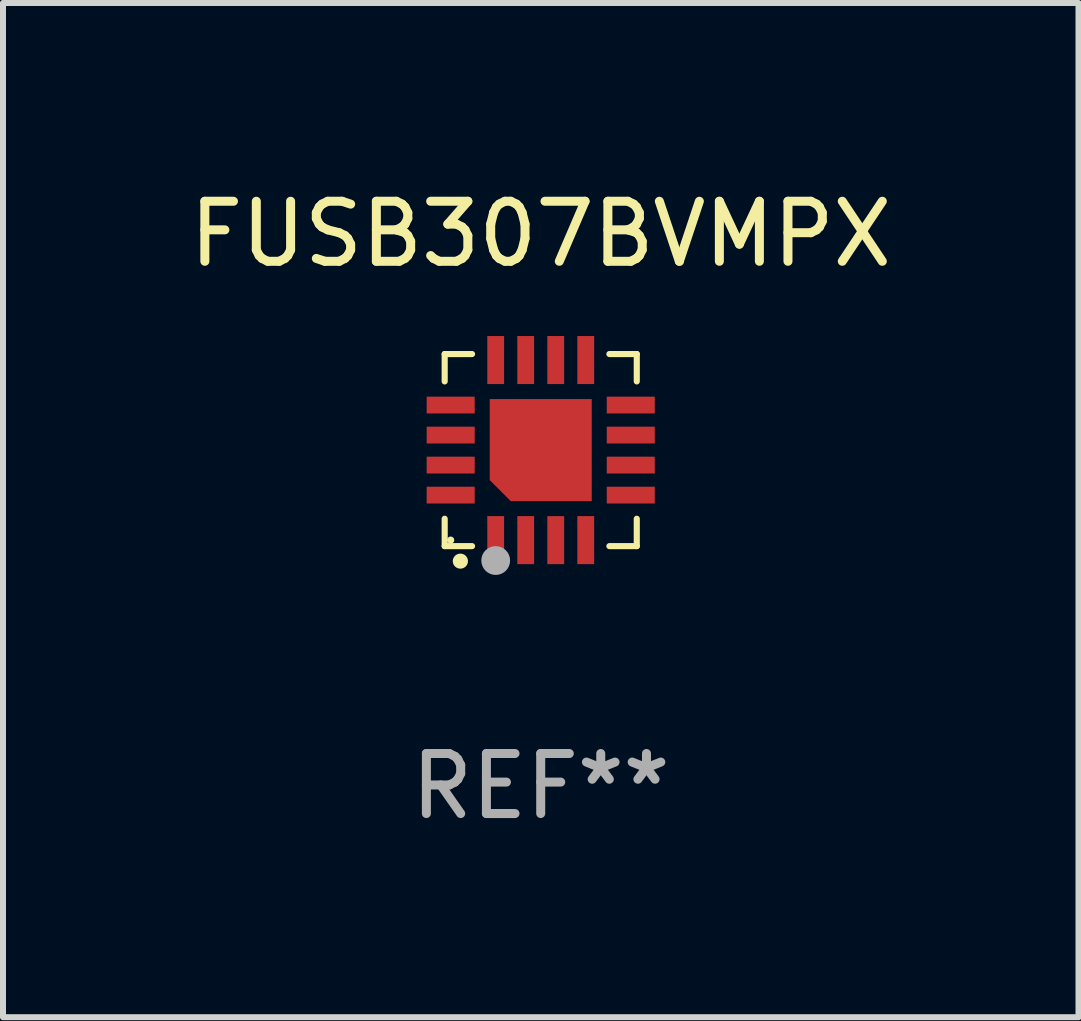
<source format=kicad_pcb>
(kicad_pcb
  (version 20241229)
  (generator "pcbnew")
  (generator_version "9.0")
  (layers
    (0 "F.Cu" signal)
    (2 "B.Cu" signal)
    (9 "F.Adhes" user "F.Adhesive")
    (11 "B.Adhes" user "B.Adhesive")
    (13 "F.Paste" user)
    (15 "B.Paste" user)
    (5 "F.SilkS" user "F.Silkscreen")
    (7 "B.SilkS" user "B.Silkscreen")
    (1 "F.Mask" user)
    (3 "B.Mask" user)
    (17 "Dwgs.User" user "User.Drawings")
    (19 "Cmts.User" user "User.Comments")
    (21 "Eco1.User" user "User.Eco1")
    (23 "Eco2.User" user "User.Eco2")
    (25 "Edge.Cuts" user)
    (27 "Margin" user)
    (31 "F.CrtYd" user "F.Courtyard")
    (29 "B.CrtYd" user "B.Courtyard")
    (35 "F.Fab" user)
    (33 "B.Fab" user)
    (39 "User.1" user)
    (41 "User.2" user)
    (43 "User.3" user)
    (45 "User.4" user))
  (footprint "FUSB307BVMPX"
    (layer "F.Cu")
    (at 5.958 4.448)
    (property "Reference" "FUSB307BVMPX" (at 0 -3.6 0) (layer "F.SilkS") (effects (font (size 1 1) (thickness 0.15))))
    (attr through_hole)
    (fp_line (start -1.6 -1.6) (end -1.6 -1.144) (stroke (width 0.102) (type solid)) (layer "F.SilkS"))
    (fp_line (start -1.6 -1.6) (end -1.144 -1.6) (stroke (width 0.102) (type solid)) (layer "F.SilkS"))
    (fp_line (start -1.6 1.144) (end -1.6 1.6) (stroke (width 0.102) (type solid)) (layer "F.SilkS"))
    (fp_line (start -1.6 1.6) (end -1.144 1.6) (stroke (width 0.102) (type solid)) (layer "F.SilkS"))
    (fp_line (start 1.144 -1.6) (end 1.6 -1.6) (stroke (width 0.102) (type solid)) (layer "F.SilkS"))
    (fp_line (start 1.144 1.6) (end 1.6 1.6) (stroke (width 0.102) (type solid)) (layer "F.SilkS"))
    (fp_line (start 1.6 -1.144) (end 1.6 -1.6) (stroke (width 0.102) (type solid)) (layer "F.SilkS"))
    (fp_line (start 1.6 1.6) (end 1.6 1.144) (stroke (width 0.102) (type solid)) (layer "F.SilkS"))
    (fp_arc (start -1.339954 1.850114) (mid -1.338684 1.850043) (end -1.337414 1.850114) (stroke (width 0.25) (type solid)) (layer "F.SilkS"))
    (fp_circle (center -1.5 1.5) (end -1.47 1.5) (stroke (width 0.06) (type solid)) (fill no) (layer "F.SilkS"))
    (fp_circle (center -0.75 1.84) (end -0.63 1.84) (stroke (width 0.24) (type solid)) (fill no) (layer "F.Fab"))
    (fp_text user "REF**" (at 0 5.6 0) (layer "F.Fab") (effects (font (size 1 1) (thickness 0.15))))
    (pad "1" smd rect (at -0.75 1.5) (size 0.28 0.8) (layers "F.Cu" "F.Mask" "F.Paste"))
    (pad "2" smd rect (at -0.25 1.5) (size 0.28 0.8) (layers "F.Cu" "F.Mask" "F.Paste"))
    (pad "3" smd rect (at 0.25 1.5) (size 0.28 0.8) (layers "F.Cu" "F.Mask" "F.Paste"))
    (pad "4" smd rect (at 0.75 1.5) (size 0.28 0.8) (layers "F.Cu" "F.Mask" "F.Paste"))
    (pad "5" smd rect (at 1.5 0.75) (size 0.8 0.28) (layers "F.Cu" "F.Mask" "F.Paste"))
    (pad "6" smd rect (at 1.5 0.25) (size 0.8 0.28) (layers "F.Cu" "F.Mask" "F.Paste"))
    (pad "7" smd rect (at 1.5 -0.25) (size 0.8 0.28) (layers "F.Cu" "F.Mask" "F.Paste"))
    (pad "8" smd rect (at 1.5 -0.75) (size 0.8 0.28) (layers "F.Cu" "F.Mask" "F.Paste"))
    (pad "9" smd rect (at 0.75 -1.5) (size 0.28 0.8) (layers "F.Cu" "F.Mask" "F.Paste"))
    (pad "10" smd rect (at 0.25 -1.5) (size 0.28 0.8) (layers "F.Cu" "F.Mask" "F.Paste"))
    (pad "11" smd rect (at -0.25 -1.5) (size 0.28 0.8) (layers "F.Cu" "F.Mask" "F.Paste"))
    (pad "12" smd rect (at -0.75 -1.5) (size 0.28 0.8) (layers "F.Cu" "F.Mask" "F.Paste"))
    (pad "13" smd rect (at -1.5 -0.75) (size 0.8 0.28) (layers "F.Cu" "F.Mask" "F.Paste"))
    (pad "14" smd rect (at -1.5 -0.25) (size 0.8 0.28) (layers "F.Cu" "F.Mask" "F.Paste"))
    (pad "15" smd rect (at -1.5 0.25) (size 0.8 0.28) (layers "F.Cu" "F.Mask" "F.Paste"))
    (pad "16" smd rect (at -1.5 0.75) (size 0.8 0.28) (layers "F.Cu" "F.Mask" "F.Paste"))
    (pad "17" smd custom (at 0.000178 -0.000025) (size 1.7 1.7) (layers "F.Cu" "F.Mask" "F.Paste") (options (anchor circle)) (primitives (gr_poly (pts (xy -0.85 -0.85) (xy 0.85 -0.85) (xy 0.85 0.85) (xy -0.5 0.85) (xy -0.85 0.5)) (width 0) (fill yes)))))
  (gr_rect
    (start -3 -3)
    (end 14.917 13.896)
    (stroke (width 0.1) (type default))
    (fill no)
    (layer "Edge.Cuts")))
</source>
